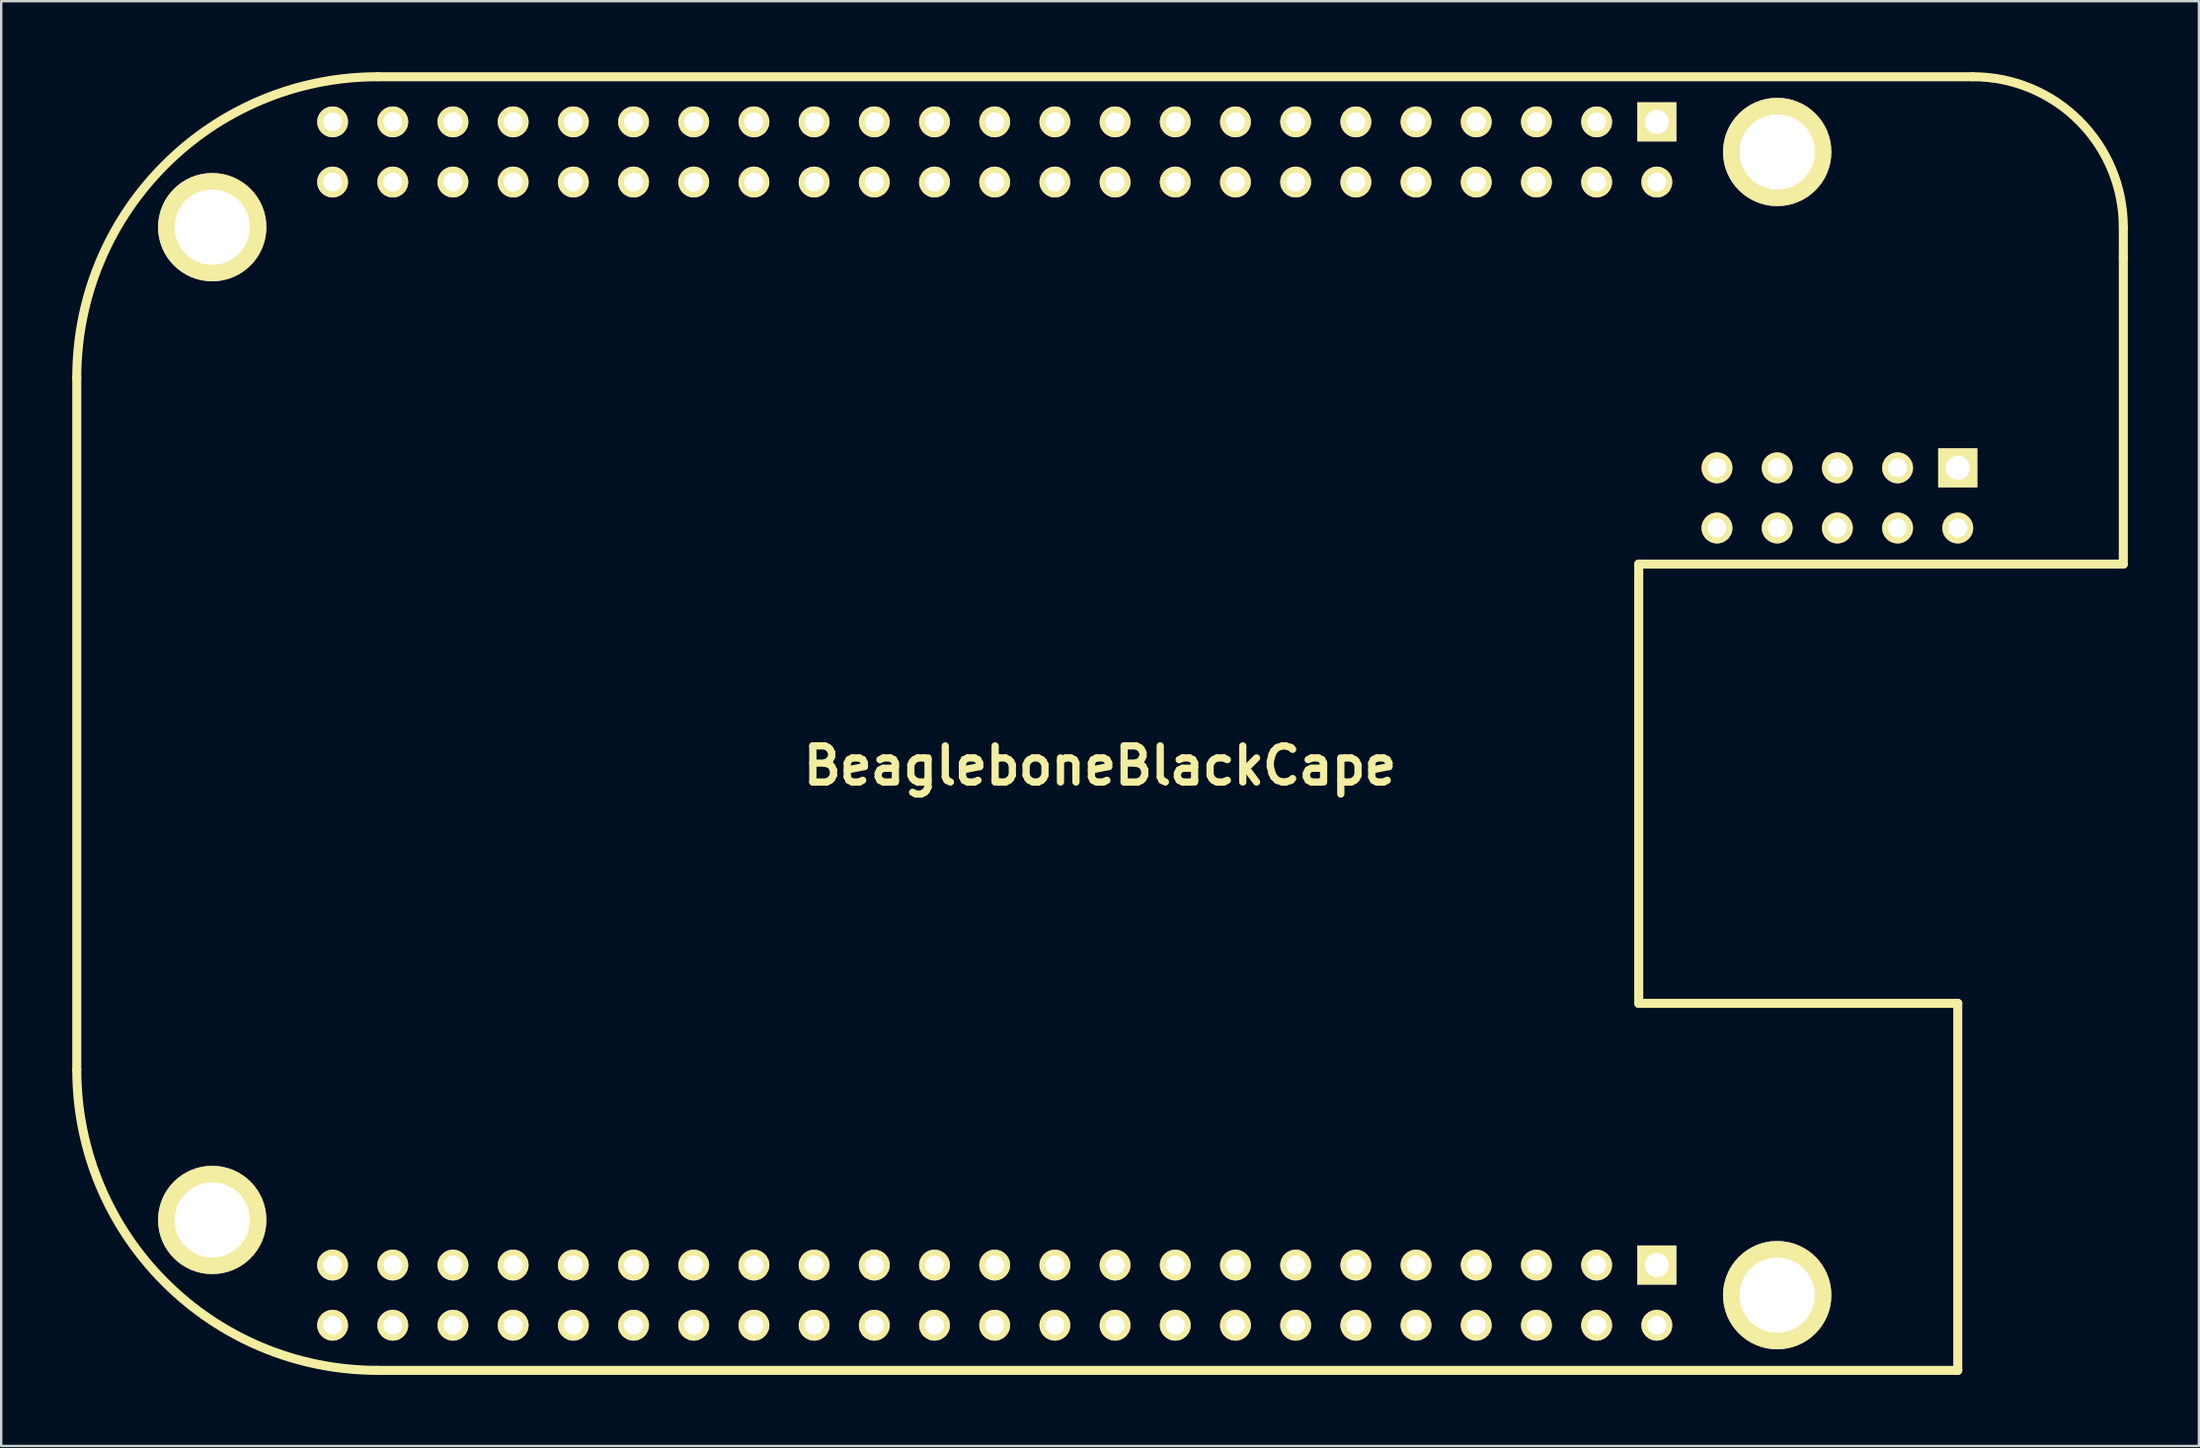
<source format=kicad_pcb>
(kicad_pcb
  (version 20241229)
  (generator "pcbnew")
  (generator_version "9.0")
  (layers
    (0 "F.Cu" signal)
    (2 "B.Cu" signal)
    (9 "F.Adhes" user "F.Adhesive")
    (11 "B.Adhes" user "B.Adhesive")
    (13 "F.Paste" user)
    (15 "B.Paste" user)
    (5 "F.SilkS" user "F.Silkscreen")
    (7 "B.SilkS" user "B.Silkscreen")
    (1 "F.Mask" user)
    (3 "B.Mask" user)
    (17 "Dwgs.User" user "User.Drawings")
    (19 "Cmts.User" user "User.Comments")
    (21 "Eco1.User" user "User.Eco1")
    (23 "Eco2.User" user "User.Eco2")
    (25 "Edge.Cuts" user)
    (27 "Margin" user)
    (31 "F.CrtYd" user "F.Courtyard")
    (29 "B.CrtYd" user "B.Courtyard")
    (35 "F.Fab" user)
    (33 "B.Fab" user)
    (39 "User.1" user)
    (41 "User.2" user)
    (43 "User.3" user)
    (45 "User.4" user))
  (footprint "BeagleboneBlackCape"
    (layer "F.Cu")
    (at 43.37 27.495)
    (property "Reference" "BeagleboneBlackCape" (at 0 1.778 0) (layer "F.SilkS") (effects (font (size 1.524 1.524) (thickness 0.305))))
    (attr through_hole)
    (fp_line (start -43.18 -14.605) (end -43.18 14.605) (stroke (width 0.381) (type solid)) (layer "F.SilkS"))
    (fp_line (start -30.48 -27.305) (end 36.83 -27.305) (stroke (width 0.381) (type solid)) (layer "F.SilkS"))
    (fp_line (start -30.48 27.305) (end 36.195 27.305) (stroke (width 0.381) (type solid)) (layer "F.SilkS"))
    (fp_line (start 22.733 -6.731) (end 22.733 11.811) (stroke (width 0.381) (type solid)) (layer "F.SilkS"))
    (fp_line (start 36.195 11.811) (end 22.733 11.811) (stroke (width 0.381) (type solid)) (layer "F.SilkS"))
    (fp_line (start 36.195 27.305) (end 36.195 11.811) (stroke (width 0.381) (type solid)) (layer "F.SilkS"))
    (fp_line (start 43.18 -20.955) (end 43.18 -19.685) (stroke (width 0.381) (type solid)) (layer "F.SilkS"))
    (fp_line (start 43.18 -6.731) (end 22.733 -6.731) (stroke (width 0.381) (type solid)) (layer "F.SilkS"))
    (fp_line (start 43.18 -6.731) (end 43.18 -19.685) (stroke (width 0.381) (type solid)) (layer "F.SilkS"))
    (fp_arc (start -43.18 -14.605) (mid -39.460256 -23.585256) (end -30.48 -27.305) (stroke (width 0.381) (type solid)) (layer "F.SilkS"))
    (fp_arc (start -30.48 27.305) (mid -39.460256 23.585256) (end -43.18 14.605) (stroke (width 0.381) (type solid)) (layer "F.SilkS"))
    (fp_arc (start 36.83 -27.305) (mid 41.320128 -25.445128) (end 43.18 -20.955) (stroke (width 0.381) (type solid)) (layer "F.SilkS"))
    (pad "A1" thru_hole rect (at 36.195 -10.795) (size 1.651 1.651) (drill 1.016) (layers "*.Cu" "*.Mask" "F.SilkS"))
    (pad "A2" thru_hole circle (at 36.195 -8.255) (size 1.3 1.3) (drill 0.8) (layers "*.Cu" "*.Mask" "F.SilkS"))
    (pad "A3" thru_hole circle (at 33.655 -10.795) (size 1.3 1.3) (drill 0.8) (layers "*.Cu" "*.Mask" "F.SilkS"))
    (pad "A4" thru_hole circle (at 33.655 -8.255) (size 1.3 1.3) (drill 0.8) (layers "*.Cu" "*.Mask" "F.SilkS"))
    (pad "A5" thru_hole circle (at 31.115 -10.795) (size 1.3 1.3) (drill 0.8) (layers "*.Cu" "*.Mask" "F.SilkS"))
    (pad "A6" thru_hole circle (at 31.115 -8.255) (size 1.3 1.3) (drill 0.8) (layers "*.Cu" "*.Mask" "F.SilkS"))
    (pad "A7" thru_hole circle (at 28.575 -10.795) (size 1.3 1.3) (drill 0.8) (layers "*.Cu" "*.Mask" "F.SilkS"))
    (pad "A8" thru_hole circle (at 28.575 -8.255) (size 1.3 1.3) (drill 0.8) (layers "*.Cu" "*.Mask" "F.SilkS"))
    (pad "A9" thru_hole circle (at 26.035 -10.795) (size 1.3 1.3) (drill 0.8) (layers "*.Cu" "*.Mask" "F.SilkS"))
    (pad "A10" thru_hole circle (at 26.035 -8.255) (size 1.3 1.3) (drill 0.8) (layers "*.Cu" "*.Mask" "F.SilkS"))
    (pad "B1" thru_hole rect (at 23.495 22.86) (size 1.651 1.651) (drill 1.016) (layers "*.Cu" "*.Mask" "F.SilkS"))
    (pad "B2" thru_hole circle (at 23.495 25.4) (size 1.3 1.3) (drill 0.8) (layers "*.Cu" "*.Mask" "F.SilkS"))
    (pad "B3" thru_hole circle (at 20.955 22.86) (size 1.3 1.3) (drill 0.8) (layers "*.Cu" "*.Mask" "F.SilkS"))
    (pad "B4" thru_hole circle (at 20.955 25.4) (size 1.3 1.3) (drill 0.8) (layers "*.Cu" "*.Mask" "F.SilkS"))
    (pad "B5" thru_hole circle (at 18.415 22.86) (size 1.3 1.3) (drill 0.8) (layers "*.Cu" "*.Mask" "F.SilkS"))
    (pad "B6" thru_hole circle (at 18.415 25.4) (size 1.3 1.3) (drill 0.8) (layers "*.Cu" "*.Mask" "F.SilkS"))
    (pad "B7" thru_hole circle (at 15.875 22.86) (size 1.3 1.3) (drill 0.8) (layers "*.Cu" "*.Mask" "F.SilkS"))
    (pad "B8" thru_hole circle (at 15.875 25.4) (size 1.3 1.3) (drill 0.8) (layers "*.Cu" "*.Mask" "F.SilkS"))
    (pad "B9" thru_hole circle (at 13.335 22.86) (size 1.3 1.3) (drill 0.8) (layers "*.Cu" "*.Mask" "F.SilkS"))
    (pad "B10" thru_hole circle (at 13.335 25.4) (size 1.3 1.3) (drill 0.8) (layers "*.Cu" "*.Mask" "F.SilkS"))
    (pad "B11" thru_hole circle (at 10.795 22.86) (size 1.3 1.3) (drill 0.8) (layers "*.Cu" "*.Mask" "F.SilkS"))
    (pad "B12" thru_hole circle (at 10.795 25.4) (size 1.3 1.3) (drill 0.8) (layers "*.Cu" "*.Mask" "F.SilkS"))
    (pad "B13" thru_hole circle (at 8.255 22.86) (size 1.3 1.3) (drill 0.8) (layers "*.Cu" "*.Mask" "F.SilkS"))
    (pad "B14" thru_hole circle (at 8.255 25.4) (size 1.3 1.3) (drill 0.8) (layers "*.Cu" "*.Mask" "F.SilkS"))
    (pad "B15" thru_hole circle (at 5.715 22.86) (size 1.3 1.3) (drill 0.8) (layers "*.Cu" "*.Mask" "F.SilkS"))
    (pad "B16" thru_hole circle (at 5.715 25.4) (size 1.3 1.3) (drill 0.8) (layers "*.Cu" "*.Mask" "F.SilkS"))
    (pad "B17" thru_hole circle (at 3.175 22.86) (size 1.3 1.3) (drill 0.8) (layers "*.Cu" "*.Mask" "F.SilkS"))
    (pad "B18" thru_hole circle (at 3.175 25.4) (size 1.3 1.3) (drill 0.8) (layers "*.Cu" "*.Mask" "F.SilkS"))
    (pad "B19" thru_hole circle (at 0.635 22.86) (size 1.3 1.3) (drill 0.8) (layers "*.Cu" "*.Mask" "F.SilkS"))
    (pad "B20" thru_hole circle (at 0.635 25.4) (size 1.3 1.3) (drill 0.8) (layers "*.Cu" "*.Mask" "F.SilkS"))
    (pad "B21" thru_hole circle (at -1.905 22.86) (size 1.3 1.3) (drill 0.8) (layers "*.Cu" "*.Mask" "F.SilkS"))
    (pad "B22" thru_hole circle (at -1.905 25.4) (size 1.3 1.3) (drill 0.8) (layers "*.Cu" "*.Mask" "F.SilkS"))
    (pad "B23" thru_hole circle (at -4.445 22.86) (size 1.3 1.3) (drill 0.8) (layers "*.Cu" "*.Mask" "F.SilkS"))
    (pad "B24" thru_hole circle (at -4.445 25.4) (size 1.3 1.3) (drill 0.8) (layers "*.Cu" "*.Mask" "F.SilkS"))
    (pad "B25" thru_hole circle (at -6.985 22.86) (size 1.3 1.3) (drill 0.8) (layers "*.Cu" "*.Mask" "F.SilkS"))
    (pad "B26" thru_hole circle (at -6.985 25.4) (size 1.3 1.3) (drill 0.8) (layers "*.Cu" "*.Mask" "F.SilkS"))
    (pad "B27" thru_hole circle (at -9.525 22.86) (size 1.3 1.3) (drill 0.8) (layers "*.Cu" "*.Mask" "F.SilkS"))
    (pad "B28" thru_hole circle (at -9.525 25.4) (size 1.3 1.3) (drill 0.8) (layers "*.Cu" "*.Mask" "F.SilkS"))
    (pad "B29" thru_hole circle (at -12.065 22.86) (size 1.3 1.3) (drill 0.8) (layers "*.Cu" "*.Mask" "F.SilkS"))
    (pad "B30" thru_hole circle (at -12.065 25.4) (size 1.3 1.3) (drill 0.8) (layers "*.Cu" "*.Mask" "F.SilkS"))
    (pad "B31" thru_hole circle (at -14.605 22.86) (size 1.3 1.3) (drill 0.8) (layers "*.Cu" "*.Mask" "F.SilkS"))
    (pad "B32" thru_hole circle (at -14.605 25.4) (size 1.3 1.3) (drill 0.8) (layers "*.Cu" "*.Mask" "F.SilkS"))
    (pad "B33" thru_hole circle (at -17.145 22.86) (size 1.3 1.3) (drill 0.8) (layers "*.Cu" "*.Mask" "F.SilkS"))
    (pad "B34" thru_hole circle (at -17.145 25.4) (size 1.3 1.3) (drill 0.8) (layers "*.Cu" "*.Mask" "F.SilkS"))
    (pad "B35" thru_hole circle (at -19.685 22.86) (size 1.3 1.3) (drill 0.8) (layers "*.Cu" "*.Mask" "F.SilkS"))
    (pad "B36" thru_hole circle (at -19.685 25.4) (size 1.3 1.3) (drill 0.8) (layers "*.Cu" "*.Mask" "F.SilkS"))
    (pad "B37" thru_hole circle (at -22.225 22.86) (size 1.3 1.3) (drill 0.8) (layers "*.Cu" "*.Mask" "F.SilkS"))
    (pad "B38" thru_hole circle (at -22.225 25.4) (size 1.3 1.3) (drill 0.8) (layers "*.Cu" "*.Mask" "F.SilkS"))
    (pad "B39" thru_hole circle (at -24.765 22.86) (size 1.3 1.3) (drill 0.8) (layers "*.Cu" "*.Mask" "F.SilkS"))
    (pad "B40" thru_hole circle (at -24.765 25.4) (size 1.3 1.3) (drill 0.8) (layers "*.Cu" "*.Mask" "F.SilkS"))
    (pad "B41" thru_hole circle (at -27.305 22.86) (size 1.3 1.3) (drill 0.8) (layers "*.Cu" "*.Mask" "F.SilkS"))
    (pad "B42" thru_hole circle (at -27.305 25.4) (size 1.3 1.3) (drill 0.8) (layers "*.Cu" "*.Mask" "F.SilkS"))
    (pad "B43" thru_hole circle (at -29.845 22.86) (size 1.3 1.3) (drill 0.8) (layers "*.Cu" "*.Mask" "F.SilkS"))
    (pad "B44" thru_hole circle (at -29.845 25.4) (size 1.3 1.3) (drill 0.8) (layers "*.Cu" "*.Mask" "F.SilkS"))
    (pad "B45" thru_hole circle (at -32.385 22.86) (size 1.3 1.3) (drill 0.8) (layers "*.Cu" "*.Mask" "F.SilkS"))
    (pad "B46" thru_hole circle (at -32.385 25.4) (size 1.3 1.3) (drill 0.8) (layers "*.Cu" "*.Mask" "F.SilkS"))
    (pad "C1" thru_hole rect (at 23.495 -25.4) (size 1.651 1.651) (drill 1.016) (layers "*.Cu" "*.Mask" "F.SilkS"))
    (pad "C2" thru_hole circle (at 23.495 -22.86) (size 1.3 1.3) (drill 0.8) (layers "*.Cu" "*.Mask" "F.SilkS"))
    (pad "C3" thru_hole circle (at 20.955 -25.4) (size 1.3 1.3) (drill 0.8) (layers "*.Cu" "*.Mask" "F.SilkS"))
    (pad "C4" thru_hole circle (at 20.955 -22.86) (size 1.3 1.3) (drill 0.8) (layers "*.Cu" "*.Mask" "F.SilkS"))
    (pad "C5" thru_hole circle (at 18.415 -25.4) (size 1.3 1.3) (drill 0.8) (layers "*.Cu" "*.Mask" "F.SilkS"))
    (pad "C6" thru_hole circle (at 18.415 -22.86) (size 1.3 1.3) (drill 0.8) (layers "*.Cu" "*.Mask" "F.SilkS"))
    (pad "C7" thru_hole circle (at 15.875 -25.4) (size 1.3 1.3) (drill 0.8) (layers "*.Cu" "*.Mask" "F.SilkS"))
    (pad "C8" thru_hole circle (at 15.875 -22.86) (size 1.3 1.3) (drill 0.8) (layers "*.Cu" "*.Mask" "F.SilkS"))
    (pad "C9" thru_hole circle (at 13.335 -25.4) (size 1.3 1.3) (drill 0.8) (layers "*.Cu" "*.Mask" "F.SilkS"))
    (pad "C10" thru_hole circle (at 13.335 -22.86) (size 1.3 1.3) (drill 0.8) (layers "*.Cu" "*.Mask" "F.SilkS"))
    (pad "C11" thru_hole circle (at 10.795 -25.4) (size 1.3 1.3) (drill 0.8) (layers "*.Cu" "*.Mask" "F.SilkS"))
    (pad "C12" thru_hole circle (at 10.795 -22.86) (size 1.3 1.3) (drill 0.8) (layers "*.Cu" "*.Mask" "F.SilkS"))
    (pad "C13" thru_hole circle (at 8.255 -25.4) (size 1.3 1.3) (drill 0.8) (layers "*.Cu" "*.Mask" "F.SilkS"))
    (pad "C14" thru_hole circle (at 8.255 -22.86) (size 1.3 1.3) (drill 0.8) (layers "*.Cu" "*.Mask" "F.SilkS"))
    (pad "C15" thru_hole circle (at 5.715 -25.4) (size 1.3 1.3) (drill 0.8) (layers "*.Cu" "*.Mask" "F.SilkS"))
    (pad "C16" thru_hole circle (at 5.715 -22.86) (size 1.3 1.3) (drill 0.8) (layers "*.Cu" "*.Mask" "F.SilkS"))
    (pad "C17" thru_hole circle (at 3.175 -25.4) (size 1.3 1.3) (drill 0.8) (layers "*.Cu" "*.Mask" "F.SilkS"))
    (pad "C18" thru_hole circle (at 3.175 -22.86) (size 1.3 1.3) (drill 0.8) (layers "*.Cu" "*.Mask" "F.SilkS"))
    (pad "C19" thru_hole circle (at 0.635 -25.4) (size 1.3 1.3) (drill 0.8) (layers "*.Cu" "*.Mask" "F.SilkS"))
    (pad "C20" thru_hole circle (at 0.635 -22.86) (size 1.3 1.3) (drill 0.8) (layers "*.Cu" "*.Mask" "F.SilkS"))
    (pad "C21" thru_hole circle (at -1.905 -25.4) (size 1.3 1.3) (drill 0.8) (layers "*.Cu" "*.Mask" "F.SilkS"))
    (pad "C22" thru_hole circle (at -1.905 -22.86) (size 1.3 1.3) (drill 0.8) (layers "*.Cu" "*.Mask" "F.SilkS"))
    (pad "C23" thru_hole circle (at -4.445 -25.4) (size 1.3 1.3) (drill 0.8) (layers "*.Cu" "*.Mask" "F.SilkS"))
    (pad "C24" thru_hole circle (at -4.445 -22.86) (size 1.3 1.3) (drill 0.8) (layers "*.Cu" "*.Mask" "F.SilkS"))
    (pad "C25" thru_hole circle (at -6.985 -25.4) (size 1.3 1.3) (drill 0.8) (layers "*.Cu" "*.Mask" "F.SilkS"))
    (pad "C26" thru_hole circle (at -6.985 -22.86) (size 1.3 1.3) (drill 0.8) (layers "*.Cu" "*.Mask" "F.SilkS"))
    (pad "C27" thru_hole circle (at -9.525 -25.4) (size 1.3 1.3) (drill 0.8) (layers "*.Cu" "*.Mask" "F.SilkS"))
    (pad "C28" thru_hole circle (at -9.525 -22.86) (size 1.3 1.3) (drill 0.8) (layers "*.Cu" "*.Mask" "F.SilkS"))
    (pad "C29" thru_hole circle (at -12.065 -25.4) (size 1.3 1.3) (drill 0.8) (layers "*.Cu" "*.Mask" "F.SilkS"))
    (pad "C30" thru_hole circle (at -12.065 -22.86) (size 1.3 1.3) (drill 0.8) (layers "*.Cu" "*.Mask" "F.SilkS"))
    (pad "C31" thru_hole circle (at -14.605 -25.4) (size 1.3 1.3) (drill 0.8) (layers "*.Cu" "*.Mask" "F.SilkS"))
    (pad "C32" thru_hole circle (at -14.605 -22.86) (size 1.3 1.3) (drill 0.8) (layers "*.Cu" "*.Mask" "F.SilkS"))
    (pad "C33" thru_hole circle (at -17.145 -25.4) (size 1.3 1.3) (drill 0.8) (layers "*.Cu" "*.Mask" "F.SilkS"))
    (pad "C34" thru_hole circle (at -17.145 -22.86) (size 1.3 1.3) (drill 0.8) (layers "*.Cu" "*.Mask" "F.SilkS"))
    (pad "C35" thru_hole circle (at -19.685 -25.4) (size 1.3 1.3) (drill 0.8) (layers "*.Cu" "*.Mask" "F.SilkS"))
    (pad "C36" thru_hole circle (at -19.685 -22.86) (size 1.3 1.3) (drill 0.8) (layers "*.Cu" "*.Mask" "F.SilkS"))
    (pad "C37" thru_hole circle (at -22.225 -25.4) (size 1.3 1.3) (drill 0.8) (layers "*.Cu" "*.Mask" "F.SilkS"))
    (pad "C38" thru_hole circle (at -22.225 -22.86) (size 1.3 1.3) (drill 0.8) (layers "*.Cu" "*.Mask" "F.SilkS"))
    (pad "C39" thru_hole circle (at -24.765 -25.4) (size 1.3 1.3) (drill 0.8) (layers "*.Cu" "*.Mask" "F.SilkS"))
    (pad "C40" thru_hole circle (at -24.765 -22.86) (size 1.3 1.3) (drill 0.8) (layers "*.Cu" "*.Mask" "F.SilkS"))
    (pad "C41" thru_hole circle (at -27.305 -25.4) (size 1.3 1.3) (drill 0.8) (layers "*.Cu" "*.Mask" "F.SilkS"))
    (pad "C42" thru_hole circle (at -27.305 -22.86) (size 1.3 1.3) (drill 0.8) (layers "*.Cu" "*.Mask" "F.SilkS"))
    (pad "C43" thru_hole circle (at -29.845 -25.4) (size 1.3 1.3) (drill 0.8) (layers "*.Cu" "*.Mask" "F.SilkS"))
    (pad "C44" thru_hole circle (at -29.845 -22.86) (size 1.3 1.3) (drill 0.8) (layers "*.Cu" "*.Mask" "F.SilkS"))
    (pad "C45" thru_hole circle (at -32.385 -25.4) (size 1.3 1.3) (drill 0.8) (layers "*.Cu" "*.Mask" "F.SilkS"))
    (pad "C46" thru_hole circle (at -32.385 -22.86) (size 1.3 1.3) (drill 0.8) (layers "*.Cu" "*.Mask" "F.SilkS"))
    (pad "M1" thru_hole circle (at -37.465 -20.955) (size 4.572 4.572) (drill 3.175) (layers "*.Cu" "*.Mask" "F.SilkS"))
    (pad "M2" thru_hole circle (at 28.575 -24.13) (size 4.572 4.572) (drill 3.175) (layers "*.Cu" "*.Mask" "F.SilkS"))
    (pad "M3" thru_hole circle (at 28.575 24.13) (size 4.572 4.572) (drill 3.175) (layers "*.Cu" "*.Mask" "F.SilkS"))
    (pad "M4" thru_hole circle (at -37.465 20.955) (size 4.572 4.572) (drill 3.175) (layers "*.Cu" "*.Mask" "F.SilkS")))
  (gr_rect
    (start -3 -3)
    (end 89.741 57.991)
    (stroke (width 0.1) (type default))
    (fill no)
    (layer "Edge.Cuts")))
</source>
